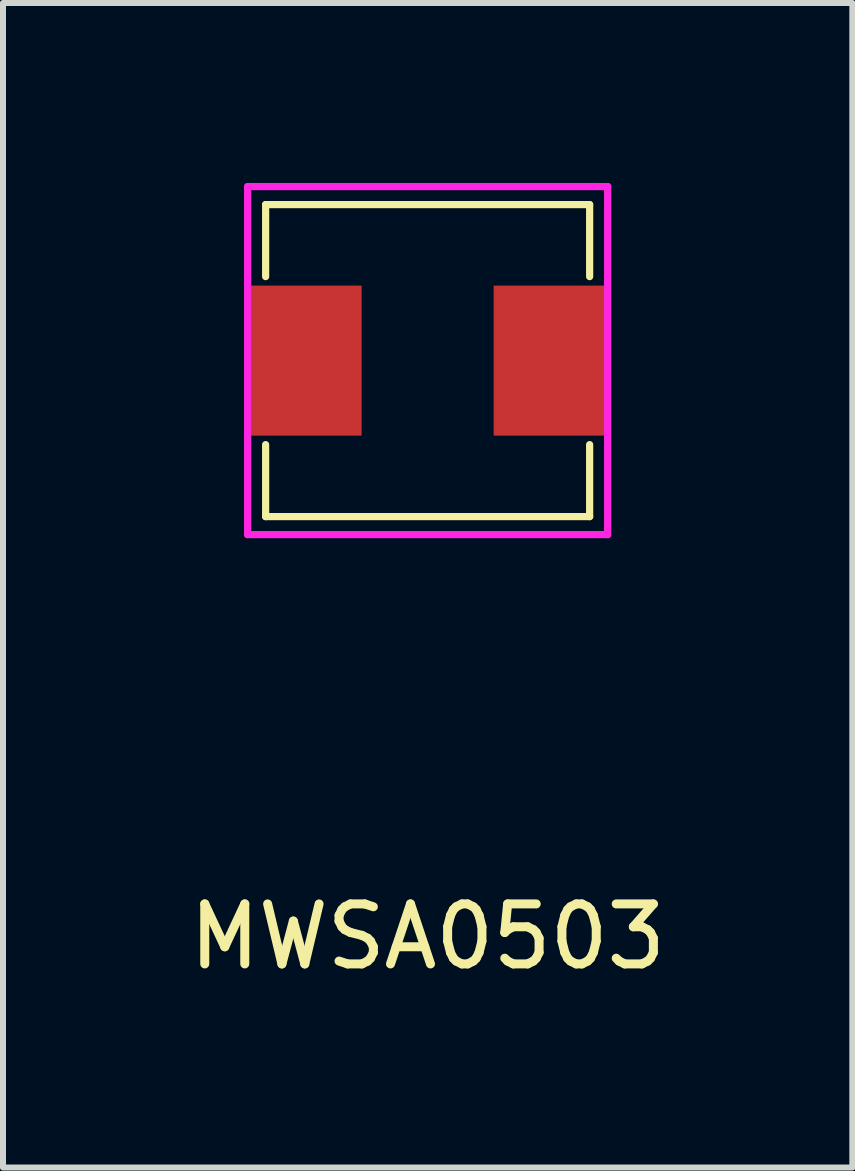
<source format=kicad_pcb>
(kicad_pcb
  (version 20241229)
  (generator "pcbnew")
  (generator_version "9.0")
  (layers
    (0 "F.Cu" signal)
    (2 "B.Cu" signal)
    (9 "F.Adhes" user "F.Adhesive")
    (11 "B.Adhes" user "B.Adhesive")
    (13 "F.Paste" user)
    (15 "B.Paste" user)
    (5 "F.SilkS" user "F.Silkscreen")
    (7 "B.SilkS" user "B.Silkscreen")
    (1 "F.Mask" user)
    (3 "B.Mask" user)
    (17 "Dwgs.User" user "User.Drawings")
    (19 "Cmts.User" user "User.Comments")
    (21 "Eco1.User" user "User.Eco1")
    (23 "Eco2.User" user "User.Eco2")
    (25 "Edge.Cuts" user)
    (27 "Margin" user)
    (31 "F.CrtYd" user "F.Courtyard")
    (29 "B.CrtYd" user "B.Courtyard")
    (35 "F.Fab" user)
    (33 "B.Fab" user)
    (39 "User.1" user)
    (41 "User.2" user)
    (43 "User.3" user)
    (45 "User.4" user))
  (footprint "MWSA0503"
    (layer "F.Cu")
    (at 4.077 2.96)
    (property "Reference" "MWSA0503" (at 0 9.6 0) (layer "F.SilkS") (effects (font (size 1 1) (thickness 0.15))))
    (attr through_hole)
    (fp_line (start -2.7 -2.6) (end -2.7 -1.4) (stroke (width 0.12) (type solid)) (layer "F.SilkS"))
    (fp_line (start -2.7 -2.6) (end 2.7 -2.6) (stroke (width 0.12) (type solid)) (layer "F.SilkS"))
    (fp_line (start -2.7 2.6) (end -2.7 1.4) (stroke (width 0.12) (type solid)) (layer "F.SilkS"))
    (fp_line (start 2.7 -2.6) (end 2.7 -1.4) (stroke (width 0.12) (type solid)) (layer "F.SilkS"))
    (fp_line (start 2.7 2.6) (end -2.7 2.6) (stroke (width 0.12) (type solid)) (layer "F.SilkS"))
    (fp_line (start 2.7 2.6) (end 2.7 1.4) (stroke (width 0.12) (type solid)) (layer "F.SilkS"))
    (fp_line (start -3 -2.9) (end -3 2.9) (stroke (width 0.12) (type solid)) (layer "F.CrtYd"))
    (fp_line (start -3 2.9) (end 3 2.9) (stroke (width 0.12) (type solid)) (layer "F.CrtYd"))
    (fp_line (start 3 -2.9) (end -3 -2.9) (stroke (width 0.12) (type solid)) (layer "F.CrtYd"))
    (fp_line (start 3 -2.9) (end 3 -2.9) (stroke (width 0.12) (type solid)) (layer "F.CrtYd"))
    (fp_line (start 3 2.9) (end 3 -2.9) (stroke (width 0.12) (type solid)) (layer "F.CrtYd"))
    (pad "1" smd rect (at 2.05 0) (size 1.9 2.5) (layers "F.Cu" "F.Mask" "F.Paste"))
    (pad "2" smd rect (at -2.05 0) (size 1.9 2.5) (layers "F.Cu" "F.Mask" "F.Paste")))
  (gr_rect
    (start -3 -3)
    (end 11.155 16.408)
    (stroke (width 0.1) (type default))
    (fill no)
    (layer "Edge.Cuts")))
</source>
